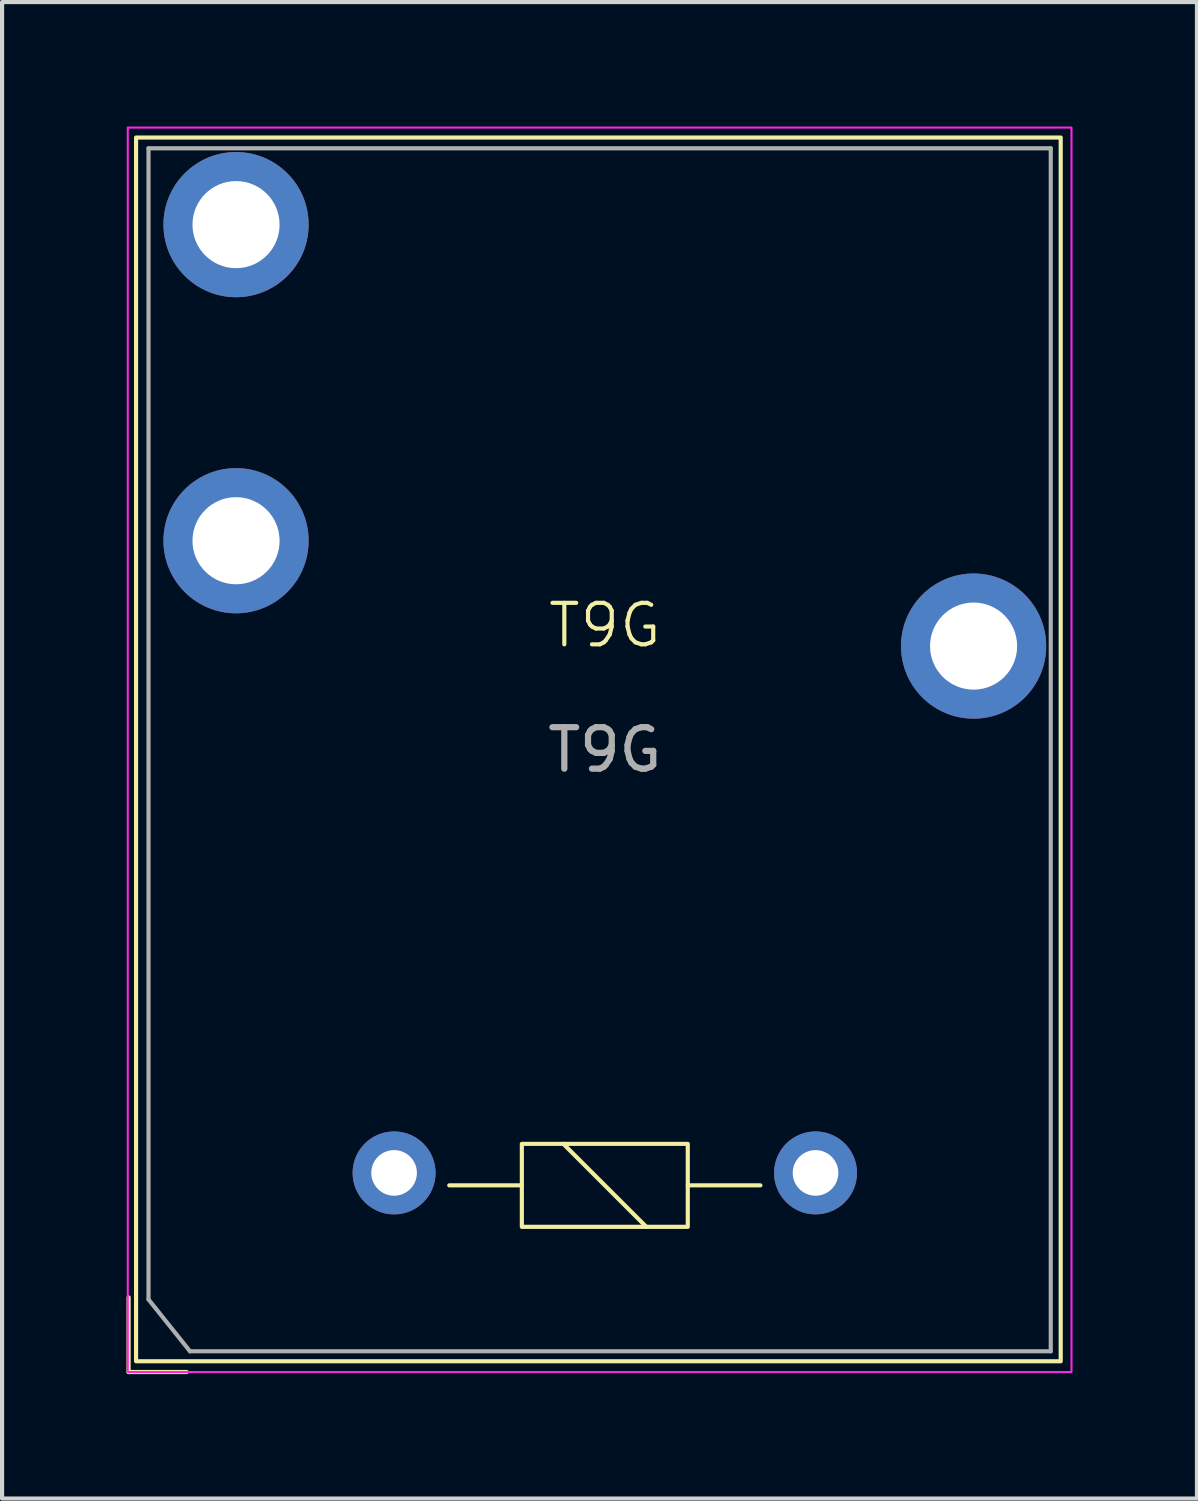
<source format=kicad_pcb>
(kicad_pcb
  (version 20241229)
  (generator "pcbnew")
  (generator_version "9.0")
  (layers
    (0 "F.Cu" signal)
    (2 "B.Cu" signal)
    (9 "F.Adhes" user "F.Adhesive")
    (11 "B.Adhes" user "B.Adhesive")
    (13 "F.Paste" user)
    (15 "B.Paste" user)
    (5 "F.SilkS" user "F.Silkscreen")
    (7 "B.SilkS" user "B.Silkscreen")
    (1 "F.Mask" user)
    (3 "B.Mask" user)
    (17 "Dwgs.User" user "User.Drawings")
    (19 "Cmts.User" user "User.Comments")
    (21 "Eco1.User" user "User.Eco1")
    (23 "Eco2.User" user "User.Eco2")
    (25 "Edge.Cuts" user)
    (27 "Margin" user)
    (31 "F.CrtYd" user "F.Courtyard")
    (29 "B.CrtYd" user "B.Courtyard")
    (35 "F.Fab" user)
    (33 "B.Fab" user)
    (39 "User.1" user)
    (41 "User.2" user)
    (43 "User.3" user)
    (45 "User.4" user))
  (footprint "T9G"
    (layer "F.Cu")
    (at 6.45 25.225)
    (property "Reference" "T9G" (at 5.08 -13.2 0) (unlocked yes) (layer "F.SilkS") (effects (font (size 1 1) (thickness 0.1))))
    (attr through_hole)
    (fp_line (start -6.4 3) (end -6.4 4.8) (stroke (width 0.1) (type default)) (layer "F.SilkS"))
    (fp_line (start -6.4 4.8) (end -5 4.8) (stroke (width 0.1) (type default)) (layer "F.SilkS"))
    (fp_line (start 3.08 0.3) (end 1.33 0.3) (stroke (width 0.1) (type default)) (layer "F.SilkS"))
    (fp_line (start 4.08 -0.7) (end 6.08 1.3) (stroke (width 0.1) (type default)) (layer "F.SilkS"))
    (fp_line (start 7.08 0.3) (end 8.83 0.3) (stroke (width 0.1) (type default)) (layer "F.SilkS"))
    (fp_rect (start -6.22 -24.96) (end 16.07 4.54) (stroke (width 0.1) (type default)) (fill no) (layer "F.SilkS"))
    (fp_rect (start 3.08 -0.7) (end 7.08 1.3) (stroke (width 0.1) (type default)) (fill no) (layer "F.SilkS"))
    (fp_rect (start -6.42 -25.2) (end 16.33 4.8) (stroke (width 0.05) (type default)) (fill no) (layer "F.CrtYd"))
    (fp_line (start -5.92 -24.7) (end -5.92 3.05) (stroke (width 0.1) (type default)) (layer "F.Fab"))
    (fp_line (start -5.92 3.05) (end -4.92 4.3) (stroke (width 0.1) (type default)) (layer "F.Fab"))
    (fp_line (start -4.92 4.3) (end 15.83 4.3) (stroke (width 0.1) (type default)) (layer "F.Fab"))
    (fp_line (start 15.83 -24.7) (end -5.92 -24.7) (stroke (width 0.1) (type default)) (layer "F.Fab"))
    (fp_line (start 15.83 4.3) (end 15.83 -24.7) (stroke (width 0.1) (type default)) (layer "F.Fab"))
    (fp_text user "${REFERENCE}" (at 5.08 -10.2 0) (unlocked yes) (layer "F.Fab") (effects (font (size 1 1) (thickness 0.15))))
    (pad "1" thru_hole circle (at 0 0) (size 2 2) (drill 1.1) (layers "*.Cu" "*.Mask"))
    (pad "2" thru_hole circle (at 13.97 -12.7) (size 3.5 3.5) (drill 2.1) (layers "*.Cu" "*.Mask"))
    (pad "3" thru_hole circle (at -3.81 -15.24) (size 3.5 3.5) (drill 2.1) (layers "*.Cu" "*.Mask"))
    (pad "4" thru_hole circle (at -3.81 -22.86) (size 3.5 3.5) (drill 2.1) (layers "*.Cu" "*.Mask"))
    (pad "5" thru_hole circle (at 10.16 0) (size 2 2) (drill 1.1) (layers "*.Cu" "*.Mask")))
  (gr_rect
    (start -3 -3)
    (end 25.805 33.075)
    (stroke (width 0.1) (type default))
    (fill no)
    (layer "Edge.Cuts")))
</source>
